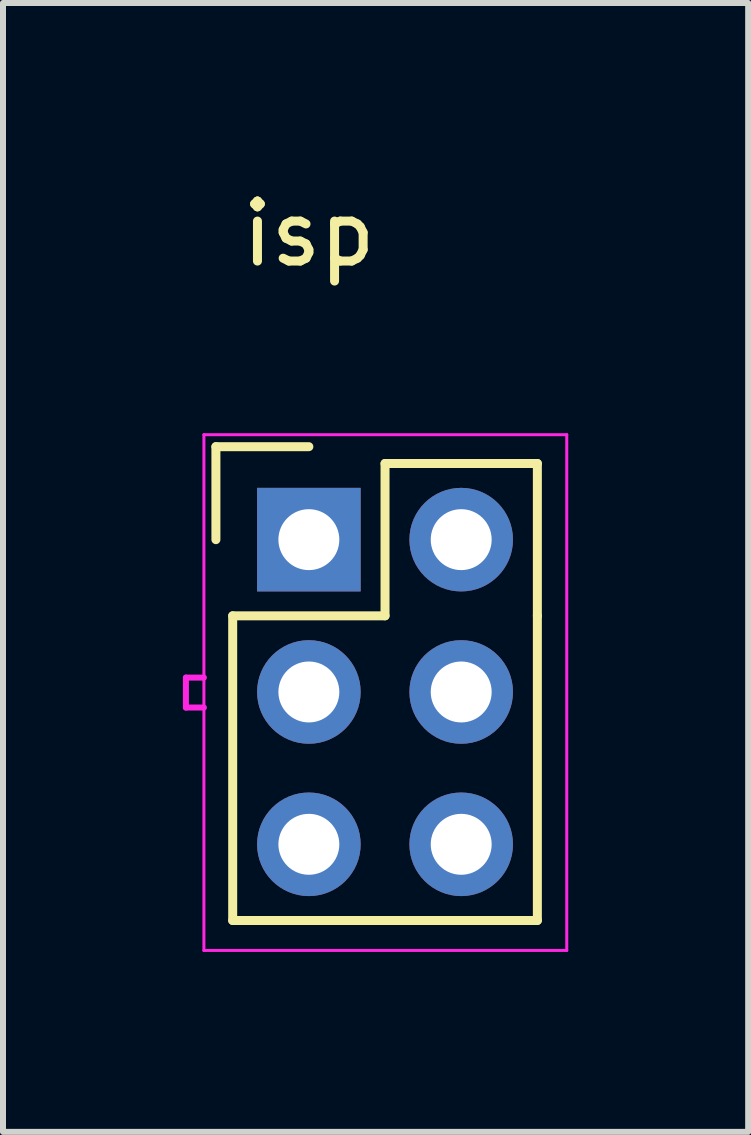
<source format=kicad_pcb>
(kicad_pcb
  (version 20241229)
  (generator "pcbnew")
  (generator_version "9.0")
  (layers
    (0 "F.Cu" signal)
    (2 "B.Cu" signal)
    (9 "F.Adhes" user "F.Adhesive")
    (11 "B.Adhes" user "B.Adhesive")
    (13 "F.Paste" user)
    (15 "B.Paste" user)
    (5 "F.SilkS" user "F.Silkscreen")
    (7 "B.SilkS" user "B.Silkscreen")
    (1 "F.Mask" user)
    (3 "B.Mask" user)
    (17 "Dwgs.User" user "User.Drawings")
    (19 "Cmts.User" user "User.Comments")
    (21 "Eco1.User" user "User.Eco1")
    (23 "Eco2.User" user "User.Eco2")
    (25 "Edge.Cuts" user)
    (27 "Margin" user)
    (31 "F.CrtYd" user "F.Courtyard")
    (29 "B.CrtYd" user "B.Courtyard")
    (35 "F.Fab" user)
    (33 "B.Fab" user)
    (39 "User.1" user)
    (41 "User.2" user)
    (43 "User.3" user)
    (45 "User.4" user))
  (footprint "isp"
    (layer "F.Cu")
    (at 2.1 5.948)
    (property "Reference" "isp" (at 0 -5.1 0) (layer "F.SilkS") (effects (font (size 1 1) (thickness 0.15))))
    (attr through_hole)
    (fp_line (start -1.55 -1.55) (end -1.55 0) (stroke (width 0.15) (type solid)) (layer "F.SilkS"))
    (fp_line (start -1.55 -1.55) (end 0 -1.55) (stroke (width 0.15) (type solid)) (layer "F.SilkS"))
    (fp_line (start -1.27 1.27) (end -1.27 6.35) (stroke (width 0.15) (type solid)) (layer "F.SilkS"))
    (fp_line (start -1.27 6.35) (end 3.81 6.35) (stroke (width 0.15) (type solid)) (layer "F.SilkS"))
    (fp_line (start 1.27 -1.27) (end 1.27 1.27) (stroke (width 0.15) (type solid)) (layer "F.SilkS"))
    (fp_line (start 1.27 1.27) (end -1.27 1.27) (stroke (width 0.15) (type solid)) (layer "F.SilkS"))
    (fp_line (start 3.81 -1.27) (end 1.27 -1.27) (stroke (width 0.15) (type solid)) (layer "F.SilkS"))
    (fp_line (start 3.81 1.27) (end 3.81 -1.27) (stroke (width 0.15) (type solid)) (layer "F.SilkS"))
    (fp_line (start 3.81 6.35) (end 3.81 1.27) (stroke (width 0.15) (type solid)) (layer "F.SilkS"))
    (fp_line (start -2.05 2.3) (end -1.75 2.3) (stroke (width 0.1) (type solid)) (layer "F.CrtYd"))
    (fp_line (start -2.05 2.8) (end -2.05 2.3) (stroke (width 0.1) (type solid)) (layer "F.CrtYd"))
    (fp_line (start -1.75 -1.75) (end -1.75 6.85) (stroke (width 0.05) (type solid)) (layer "F.CrtYd"))
    (fp_line (start -1.75 -1.75) (end 4.3 -1.75) (stroke (width 0.05) (type solid)) (layer "F.CrtYd"))
    (fp_line (start -1.75 2.8) (end -2.05 2.8) (stroke (width 0.1) (type solid)) (layer "F.CrtYd"))
    (fp_line (start -1.75 6.85) (end 4.3 6.85) (stroke (width 0.05) (type solid)) (layer "F.CrtYd"))
    (fp_line (start 4.3 -1.75) (end 4.3 6.85) (stroke (width 0.05) (type solid)) (layer "F.CrtYd"))
    (pad "1" thru_hole rect (at 0 0) (size 1.727 1.727) (drill 1.016) (layers "*.Cu" "*.Mask"))
    (pad "2" thru_hole oval (at 2.54 0) (size 1.727 1.727) (drill 1.016) (layers "*.Cu" "*.Mask"))
    (pad "3" thru_hole oval (at 0 2.54) (size 1.727 1.727) (drill 1.016) (layers "*.Cu" "*.Mask"))
    (pad "4" thru_hole oval (at 2.54 2.54) (size 1.727 1.727) (drill 1.016) (layers "*.Cu" "*.Mask"))
    (pad "5" thru_hole oval (at 0 5.08) (size 1.727 1.727) (drill 1.016) (layers "*.Cu" "*.Mask"))
    (pad "6" thru_hole oval (at 2.54 5.08) (size 1.727 1.727) (drill 1.016) (layers "*.Cu" "*.Mask")))
  (gr_rect
    (start -3 -3)
    (end 9.425 15.823)
    (stroke (width 0.1) (type default))
    (fill no)
    (layer "Edge.Cuts")))
</source>
